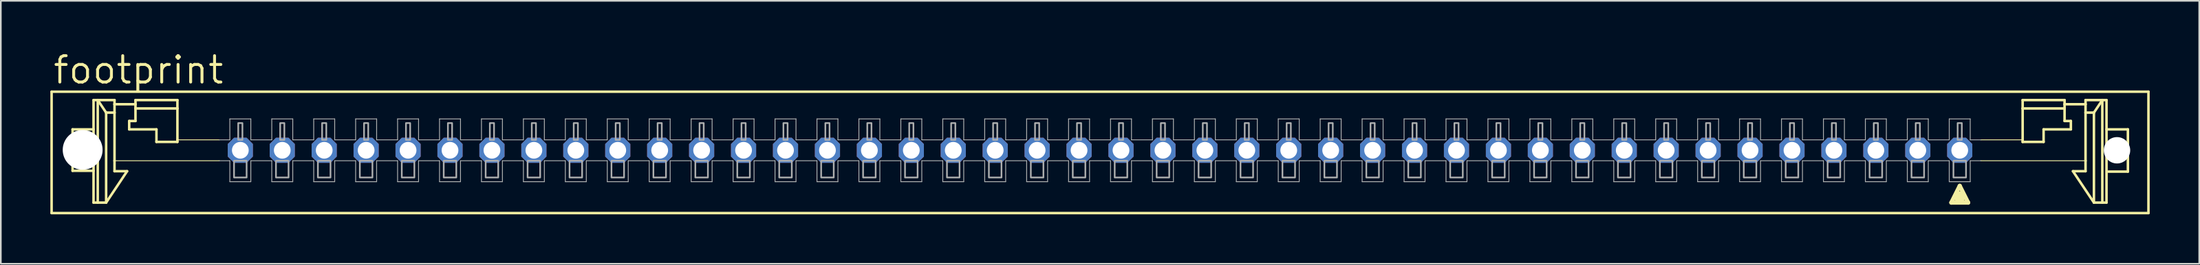
<source format=kicad_pcb>
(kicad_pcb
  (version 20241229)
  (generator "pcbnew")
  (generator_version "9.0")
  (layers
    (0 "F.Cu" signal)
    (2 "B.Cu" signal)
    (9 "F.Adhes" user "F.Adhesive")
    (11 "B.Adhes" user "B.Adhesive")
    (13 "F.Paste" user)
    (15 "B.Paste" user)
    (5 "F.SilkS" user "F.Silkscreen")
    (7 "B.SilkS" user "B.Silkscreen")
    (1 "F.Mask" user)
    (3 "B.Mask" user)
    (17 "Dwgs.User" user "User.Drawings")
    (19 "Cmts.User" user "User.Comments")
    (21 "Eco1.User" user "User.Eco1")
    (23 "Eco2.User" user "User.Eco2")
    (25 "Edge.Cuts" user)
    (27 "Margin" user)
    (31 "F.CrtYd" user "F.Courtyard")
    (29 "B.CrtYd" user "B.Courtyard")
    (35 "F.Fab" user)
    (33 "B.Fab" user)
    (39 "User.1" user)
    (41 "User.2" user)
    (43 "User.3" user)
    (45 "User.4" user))
  (footprint "footprint"
    (layer "F.Cu")
    (at 63.576 6.071)
    (property "Reference" "footprint" (at -63.5 -3.937 0) (layer "F.SilkS") (effects (font (size 1.6 1.6) (thickness 0.178)) (justify left bottom)))
    (fp_line (start -63.5 -3.556) (end -63.5 3.81) (stroke (width 0.152) (type solid)) (layer "F.SilkS"))
    (fp_line (start -63.5 3.81) (end 63.5 3.81) (stroke (width 0.152) (type solid)) (layer "F.SilkS"))
    (fp_line (start -62.23 -1.27) (end -62.23 1.245) (stroke (width 0.152) (type solid)) (layer "F.SilkS"))
    (fp_line (start -62.23 1.245) (end -60.96 1.245) (stroke (width 0.152) (type solid)) (layer "F.SilkS"))
    (fp_line (start -60.96 -3.048) (end -60.96 3.175) (stroke (width 0.152) (type solid)) (layer "F.SilkS"))
    (fp_line (start -60.96 -3.048) (end -60.706 -3.048) (stroke (width 0.152) (type solid)) (layer "F.SilkS"))
    (fp_line (start -60.96 -1.27) (end -62.23 -1.27) (stroke (width 0.152) (type solid)) (layer "F.SilkS"))
    (fp_line (start -60.706 -3.048) (end -60.706 3.175) (stroke (width 0.152) (type solid)) (layer "F.SilkS"))
    (fp_line (start -60.706 -3.048) (end -60.198 -2.286) (stroke (width 0.152) (type solid)) (layer "F.SilkS"))
    (fp_line (start -60.706 -3.048) (end -59.69 -3.048) (stroke (width 0.152) (type solid)) (layer "F.SilkS"))
    (fp_line (start -60.706 3.175) (end -60.96 3.175) (stroke (width 0.152) (type solid)) (layer "F.SilkS"))
    (fp_line (start -60.198 3.175) (end -60.706 3.175) (stroke (width 0.152) (type solid)) (layer "F.SilkS"))
    (fp_line (start -60.198 3.175) (end -60.198 -2.286) (stroke (width 0.152) (type solid)) (layer "F.SilkS"))
    (fp_line (start -59.69 -3.048) (end -59.69 -2.794) (stroke (width 0.152) (type solid)) (layer "F.SilkS"))
    (fp_line (start -59.69 -2.794) (end -59.69 -2.286) (stroke (width 0.152) (type solid)) (layer "F.SilkS"))
    (fp_line (start -59.69 -2.794) (end -58.42 -2.794) (stroke (width 0.152) (type solid)) (layer "F.SilkS"))
    (fp_line (start -59.69 -2.286) (end -60.198 -2.286) (stroke (width 0.152) (type solid)) (layer "F.SilkS"))
    (fp_line (start -59.69 0.635) (end -59.69 -2.286) (stroke (width 0.152) (type solid)) (layer "F.SilkS"))
    (fp_line (start -59.69 1.27) (end -59.69 0.635) (stroke (width 0.152) (type solid)) (layer "F.SilkS"))
    (fp_line (start -59.69 1.27) (end -58.928 1.27) (stroke (width 0.152) (type solid)) (layer "F.SilkS"))
    (fp_line (start -58.928 1.27) (end -60.198 3.175) (stroke (width 0.152) (type solid)) (layer "F.SilkS"))
    (fp_line (start -58.801 -1.778) (end -58.42 -1.778) (stroke (width 0.152) (type solid)) (layer "F.SilkS"))
    (fp_line (start -58.801 -1.27) (end -58.801 -1.778) (stroke (width 0.152) (type solid)) (layer "F.SilkS"))
    (fp_line (start -58.42 -3.048) (end -55.88 -3.048) (stroke (width 0.152) (type solid)) (layer "F.SilkS"))
    (fp_line (start -58.42 -2.794) (end -58.42 -3.048) (stroke (width 0.152) (type solid)) (layer "F.SilkS"))
    (fp_line (start -58.42 -2.54) (end -58.42 -2.794) (stroke (width 0.152) (type solid)) (layer "F.SilkS"))
    (fp_line (start -58.42 -2.54) (end -55.88 -2.54) (stroke (width 0.152) (type solid)) (layer "F.SilkS"))
    (fp_line (start -58.42 -1.778) (end -58.42 -2.54) (stroke (width 0.152) (type solid)) (layer "F.SilkS"))
    (fp_line (start -57.15 -1.27) (end -58.801 -1.27) (stroke (width 0.152) (type solid)) (layer "F.SilkS"))
    (fp_line (start -57.15 -0.508) (end -57.15 -1.27) (stroke (width 0.152) (type solid)) (layer "F.SilkS"))
    (fp_line (start -55.88 -3.048) (end -55.88 -2.54) (stroke (width 0.152) (type solid)) (layer "F.SilkS"))
    (fp_line (start -55.88 -2.54) (end -55.88 -0.635) (stroke (width 0.152) (type solid)) (layer "F.SilkS"))
    (fp_line (start -55.88 -0.635) (end -55.88 -0.508) (stroke (width 0.152) (type solid)) (layer "F.SilkS"))
    (fp_line (start -55.88 -0.635) (end -53.34 -0.635) (stroke (width 0.051) (type solid)) (layer "F.SilkS"))
    (fp_line (start -55.88 -0.508) (end -57.15 -0.508) (stroke (width 0.152) (type solid)) (layer "F.SilkS"))
    (fp_line (start -53.34 0.635) (end -59.69 0.635) (stroke (width 0.051) (type solid)) (layer "F.SilkS"))
    (fp_line (start 51.562 3.175) (end 52.578 3.175) (stroke (width 0.254) (type solid)) (layer "F.SilkS"))
    (fp_line (start 52.07 2.159) (end 51.562 3.175) (stroke (width 0.254) (type solid)) (layer "F.SilkS"))
    (fp_line (start 52.07 2.794) (end 52.07 2.921) (stroke (width 0.61) (type solid)) (layer "F.SilkS"))
    (fp_line (start 52.578 3.175) (end 52.07 2.159) (stroke (width 0.254) (type solid)) (layer "F.SilkS"))
    (fp_line (start 53.34 0.635) (end 59.69 0.635) (stroke (width 0.051) (type solid)) (layer "F.SilkS"))
    (fp_line (start 55.88 -3.048) (end 55.88 -2.54) (stroke (width 0.152) (type solid)) (layer "F.SilkS"))
    (fp_line (start 55.88 -2.54) (end 55.88 -0.635) (stroke (width 0.152) (type solid)) (layer "F.SilkS"))
    (fp_line (start 55.88 -0.635) (end 53.34 -0.635) (stroke (width 0.051) (type solid)) (layer "F.SilkS"))
    (fp_line (start 55.88 -0.635) (end 55.88 -0.508) (stroke (width 0.152) (type solid)) (layer "F.SilkS"))
    (fp_line (start 55.88 -0.508) (end 57.15 -0.508) (stroke (width 0.152) (type solid)) (layer "F.SilkS"))
    (fp_line (start 57.15 -1.27) (end 58.801 -1.27) (stroke (width 0.152) (type solid)) (layer "F.SilkS"))
    (fp_line (start 57.15 -0.508) (end 57.15 -1.27) (stroke (width 0.152) (type solid)) (layer "F.SilkS"))
    (fp_line (start 58.42 -3.048) (end 55.88 -3.048) (stroke (width 0.152) (type solid)) (layer "F.SilkS"))
    (fp_line (start 58.42 -2.794) (end 58.42 -3.048) (stroke (width 0.152) (type solid)) (layer "F.SilkS"))
    (fp_line (start 58.42 -2.54) (end 55.88 -2.54) (stroke (width 0.152) (type solid)) (layer "F.SilkS"))
    (fp_line (start 58.42 -2.54) (end 58.42 -2.794) (stroke (width 0.152) (type solid)) (layer "F.SilkS"))
    (fp_line (start 58.42 -1.778) (end 58.42 -2.54) (stroke (width 0.152) (type solid)) (layer "F.SilkS"))
    (fp_line (start 58.801 -1.778) (end 58.42 -1.778) (stroke (width 0.152) (type solid)) (layer "F.SilkS"))
    (fp_line (start 58.801 -1.27) (end 58.801 -1.778) (stroke (width 0.152) (type solid)) (layer "F.SilkS"))
    (fp_line (start 58.928 1.27) (end 60.198 3.175) (stroke (width 0.152) (type solid)) (layer "F.SilkS"))
    (fp_line (start 59.69 -3.048) (end 59.69 -2.794) (stroke (width 0.152) (type solid)) (layer "F.SilkS"))
    (fp_line (start 59.69 -2.794) (end 58.42 -2.794) (stroke (width 0.152) (type solid)) (layer "F.SilkS"))
    (fp_line (start 59.69 -2.794) (end 59.69 -2.286) (stroke (width 0.152) (type solid)) (layer "F.SilkS"))
    (fp_line (start 59.69 -2.286) (end 59.69 0.635) (stroke (width 0.152) (type solid)) (layer "F.SilkS"))
    (fp_line (start 59.69 -2.286) (end 60.198 -2.286) (stroke (width 0.152) (type solid)) (layer "F.SilkS"))
    (fp_line (start 59.69 0.635) (end 59.69 1.27) (stroke (width 0.152) (type solid)) (layer "F.SilkS"))
    (fp_line (start 59.69 1.27) (end 58.928 1.27) (stroke (width 0.152) (type solid)) (layer "F.SilkS"))
    (fp_line (start 60.198 3.175) (end 60.198 -2.286) (stroke (width 0.152) (type solid)) (layer "F.SilkS"))
    (fp_line (start 60.198 3.175) (end 60.706 3.175) (stroke (width 0.152) (type solid)) (layer "F.SilkS"))
    (fp_line (start 60.706 -3.048) (end 59.69 -3.048) (stroke (width 0.152) (type solid)) (layer "F.SilkS"))
    (fp_line (start 60.706 -3.048) (end 60.198 -2.286) (stroke (width 0.152) (type solid)) (layer "F.SilkS"))
    (fp_line (start 60.706 -3.048) (end 60.706 3.175) (stroke (width 0.152) (type solid)) (layer "F.SilkS"))
    (fp_line (start 60.706 3.175) (end 60.96 3.175) (stroke (width 0.152) (type solid)) (layer "F.SilkS"))
    (fp_line (start 60.96 -3.048) (end 60.706 -3.048) (stroke (width 0.152) (type solid)) (layer "F.SilkS"))
    (fp_line (start 60.96 -3.048) (end 60.96 3.175) (stroke (width 0.152) (type solid)) (layer "F.SilkS"))
    (fp_line (start 60.96 -1.27) (end 62.255 -1.27) (stroke (width 0.152) (type solid)) (layer "F.SilkS"))
    (fp_line (start 62.255 -1.27) (end 62.255 1.295) (stroke (width 0.152) (type solid)) (layer "F.SilkS"))
    (fp_line (start 62.255 1.295) (end 61.062 1.295) (stroke (width 0.152) (type solid)) (layer "F.SilkS"))
    (fp_line (start 63.5 -3.556) (end -63.5 -3.556) (stroke (width 0.152) (type solid)) (layer "F.SilkS"))
    (fp_line (start 63.5 3.81) (end 63.5 -3.556) (stroke (width 0.152) (type solid)) (layer "F.SilkS"))
    (fp_line (start -53.34 -0.635) (end -52.705 -0.635) (stroke (width 0.051) (type solid)) (layer "F.Fab"))
    (fp_line (start -53.34 0.635) (end -52.705 0.635) (stroke (width 0.051) (type solid)) (layer "F.Fab"))
    (fp_line (start -52.705 -1.905) (end -52.705 -0.635) (stroke (width 0.051) (type solid)) (layer "F.Fab"))
    (fp_line (start -52.705 -1.905) (end -51.435 -1.905) (stroke (width 0.051) (type solid)) (layer "F.Fab"))
    (fp_line (start -52.705 0.635) (end -52.705 1.905) (stroke (width 0.051) (type solid)) (layer "F.Fab"))
    (fp_line (start -51.435 -1.905) (end -51.435 -0.635) (stroke (width 0.051) (type solid)) (layer "F.Fab"))
    (fp_line (start -51.435 1.905) (end -52.705 1.905) (stroke (width 0.051) (type solid)) (layer "F.Fab"))
    (fp_line (start -51.435 1.905) (end -51.435 0.635) (stroke (width 0.051) (type solid)) (layer "F.Fab"))
    (fp_line (start -50.165 -0.635) (end -51.435 -0.635) (stroke (width 0.051) (type solid)) (layer "F.Fab"))
    (fp_line (start -50.165 -0.635) (end -50.165 -1.905) (stroke (width 0.051) (type solid)) (layer "F.Fab"))
    (fp_line (start -50.165 0.635) (end -51.435 0.635) (stroke (width 0.051) (type solid)) (layer "F.Fab"))
    (fp_line (start -50.165 0.635) (end -50.165 1.905) (stroke (width 0.051) (type solid)) (layer "F.Fab"))
    (fp_line (start -48.895 -1.905) (end -50.165 -1.905) (stroke (width 0.051) (type solid)) (layer "F.Fab"))
    (fp_line (start -48.895 -1.905) (end -48.895 -0.635) (stroke (width 0.051) (type solid)) (layer "F.Fab"))
    (fp_line (start -48.895 1.905) (end -50.165 1.905) (stroke (width 0.051) (type solid)) (layer "F.Fab"))
    (fp_line (start -48.895 1.905) (end -48.895 0.635) (stroke (width 0.051) (type solid)) (layer "F.Fab"))
    (fp_line (start -47.625 -0.635) (end -48.895 -0.635) (stroke (width 0.051) (type solid)) (layer "F.Fab"))
    (fp_line (start -47.625 -0.635) (end -47.625 -1.905) (stroke (width 0.051) (type solid)) (layer "F.Fab"))
    (fp_line (start -47.625 0.635) (end -48.895 0.635) (stroke (width 0.051) (type solid)) (layer "F.Fab"))
    (fp_line (start -47.625 0.635) (end -47.625 1.905) (stroke (width 0.051) (type solid)) (layer "F.Fab"))
    (fp_line (start -46.355 -1.905) (end -47.625 -1.905) (stroke (width 0.051) (type solid)) (layer "F.Fab"))
    (fp_line (start -46.355 -1.905) (end -46.355 -0.635) (stroke (width 0.051) (type solid)) (layer "F.Fab"))
    (fp_line (start -46.355 1.905) (end -47.625 1.905) (stroke (width 0.051) (type solid)) (layer "F.Fab"))
    (fp_line (start -46.355 1.905) (end -46.355 0.635) (stroke (width 0.051) (type solid)) (layer "F.Fab"))
    (fp_line (start -45.085 -0.635) (end -46.355 -0.635) (stroke (width 0.051) (type solid)) (layer "F.Fab"))
    (fp_line (start -45.085 -0.635) (end -45.085 -1.905) (stroke (width 0.051) (type solid)) (layer "F.Fab"))
    (fp_line (start -45.085 0.635) (end -46.355 0.635) (stroke (width 0.051) (type solid)) (layer "F.Fab"))
    (fp_line (start -45.085 0.635) (end -45.085 1.905) (stroke (width 0.051) (type solid)) (layer "F.Fab"))
    (fp_line (start -43.815 -1.905) (end -45.085 -1.905) (stroke (width 0.051) (type solid)) (layer "F.Fab"))
    (fp_line (start -43.815 -1.905) (end -43.815 -0.635) (stroke (width 0.051) (type solid)) (layer "F.Fab"))
    (fp_line (start -43.815 1.905) (end -45.085 1.905) (stroke (width 0.051) (type solid)) (layer "F.Fab"))
    (fp_line (start -43.815 1.905) (end -43.815 0.635) (stroke (width 0.051) (type solid)) (layer "F.Fab"))
    (fp_line (start -42.545 -0.635) (end -43.815 -0.635) (stroke (width 0.051) (type solid)) (layer "F.Fab"))
    (fp_line (start -42.545 -0.635) (end -42.545 -1.905) (stroke (width 0.051) (type solid)) (layer "F.Fab"))
    (fp_line (start -42.545 0.635) (end -43.815 0.635) (stroke (width 0.051) (type solid)) (layer "F.Fab"))
    (fp_line (start -42.545 0.635) (end -42.545 1.905) (stroke (width 0.051) (type solid)) (layer "F.Fab"))
    (fp_line (start -41.275 -1.905) (end -42.545 -1.905) (stroke (width 0.051) (type solid)) (layer "F.Fab"))
    (fp_line (start -41.275 -1.905) (end -41.275 -0.635) (stroke (width 0.051) (type solid)) (layer "F.Fab"))
    (fp_line (start -41.275 1.905) (end -42.545 1.905) (stroke (width 0.051) (type solid)) (layer "F.Fab"))
    (fp_line (start -41.275 1.905) (end -41.275 0.635) (stroke (width 0.051) (type solid)) (layer "F.Fab"))
    (fp_line (start -40.005 -0.635) (end -41.275 -0.635) (stroke (width 0.051) (type solid)) (layer "F.Fab"))
    (fp_line (start -40.005 -0.635) (end -40.005 -1.905) (stroke (width 0.051) (type solid)) (layer "F.Fab"))
    (fp_line (start -40.005 0.635) (end -41.275 0.635) (stroke (width 0.051) (type solid)) (layer "F.Fab"))
    (fp_line (start -40.005 0.635) (end -40.005 1.905) (stroke (width 0.051) (type solid)) (layer "F.Fab"))
    (fp_line (start -38.735 -1.905) (end -40.005 -1.905) (stroke (width 0.051) (type solid)) (layer "F.Fab"))
    (fp_line (start -38.735 -1.905) (end -38.735 -0.635) (stroke (width 0.051) (type solid)) (layer "F.Fab"))
    (fp_line (start -38.735 1.905) (end -40.005 1.905) (stroke (width 0.051) (type solid)) (layer "F.Fab"))
    (fp_line (start -38.735 1.905) (end -38.735 0.635) (stroke (width 0.051) (type solid)) (layer "F.Fab"))
    (fp_line (start -37.465 -0.635) (end -38.735 -0.635) (stroke (width 0.051) (type solid)) (layer "F.Fab"))
    (fp_line (start -37.465 -0.635) (end -37.465 -1.905) (stroke (width 0.051) (type solid)) (layer "F.Fab"))
    (fp_line (start -37.465 0.635) (end -38.735 0.635) (stroke (width 0.051) (type solid)) (layer "F.Fab"))
    (fp_line (start -37.465 0.635) (end -37.465 1.905) (stroke (width 0.051) (type solid)) (layer "F.Fab"))
    (fp_line (start -36.195 -1.905) (end -37.465 -1.905) (stroke (width 0.051) (type solid)) (layer "F.Fab"))
    (fp_line (start -36.195 -1.905) (end -36.195 -0.635) (stroke (width 0.051) (type solid)) (layer "F.Fab"))
    (fp_line (start -36.195 1.905) (end -37.465 1.905) (stroke (width 0.051) (type solid)) (layer "F.Fab"))
    (fp_line (start -36.195 1.905) (end -36.195 0.635) (stroke (width 0.051) (type solid)) (layer "F.Fab"))
    (fp_line (start -34.925 -0.635) (end -36.195 -0.635) (stroke (width 0.051) (type solid)) (layer "F.Fab"))
    (fp_line (start -34.925 -0.635) (end -34.925 -1.905) (stroke (width 0.051) (type solid)) (layer "F.Fab"))
    (fp_line (start -34.925 0.635) (end -36.195 0.635) (stroke (width 0.051) (type solid)) (layer "F.Fab"))
    (fp_line (start -34.925 0.635) (end -34.925 1.905) (stroke (width 0.051) (type solid)) (layer "F.Fab"))
    (fp_line (start -33.655 -1.905) (end -34.925 -1.905) (stroke (width 0.051) (type solid)) (layer "F.Fab"))
    (fp_line (start -33.655 -1.905) (end -33.655 -0.635) (stroke (width 0.051) (type solid)) (layer "F.Fab"))
    (fp_line (start -33.655 1.905) (end -34.925 1.905) (stroke (width 0.051) (type solid)) (layer "F.Fab"))
    (fp_line (start -33.655 1.905) (end -33.655 0.635) (stroke (width 0.051) (type solid)) (layer "F.Fab"))
    (fp_line (start -32.385 -0.635) (end -33.655 -0.635) (stroke (width 0.051) (type solid)) (layer "F.Fab"))
    (fp_line (start -32.385 -0.635) (end -32.385 -1.905) (stroke (width 0.051) (type solid)) (layer "F.Fab"))
    (fp_line (start -32.385 0.635) (end -33.655 0.635) (stroke (width 0.051) (type solid)) (layer "F.Fab"))
    (fp_line (start -32.385 0.635) (end -32.385 1.905) (stroke (width 0.051) (type solid)) (layer "F.Fab"))
    (fp_line (start -31.115 -1.905) (end -32.385 -1.905) (stroke (width 0.051) (type solid)) (layer "F.Fab"))
    (fp_line (start -31.115 -1.905) (end -31.115 -0.635) (stroke (width 0.051) (type solid)) (layer "F.Fab"))
    (fp_line (start -31.115 1.905) (end -32.385 1.905) (stroke (width 0.051) (type solid)) (layer "F.Fab"))
    (fp_line (start -31.115 1.905) (end -31.115 0.635) (stroke (width 0.051) (type solid)) (layer "F.Fab"))
    (fp_line (start -29.845 -0.635) (end -31.115 -0.635) (stroke (width 0.051) (type solid)) (layer "F.Fab"))
    (fp_line (start -29.845 -0.635) (end -29.845 -1.905) (stroke (width 0.051) (type solid)) (layer "F.Fab"))
    (fp_line (start -29.845 0.635) (end -31.115 0.635) (stroke (width 0.051) (type solid)) (layer "F.Fab"))
    (fp_line (start -29.845 0.635) (end -29.845 1.905) (stroke (width 0.051) (type solid)) (layer "F.Fab"))
    (fp_line (start -28.575 -1.905) (end -29.845 -1.905) (stroke (width 0.051) (type solid)) (layer "F.Fab"))
    (fp_line (start -28.575 -1.905) (end -28.575 -0.635) (stroke (width 0.051) (type solid)) (layer "F.Fab"))
    (fp_line (start -28.575 1.905) (end -29.845 1.905) (stroke (width 0.051) (type solid)) (layer "F.Fab"))
    (fp_line (start -28.575 1.905) (end -28.575 0.635) (stroke (width 0.051) (type solid)) (layer "F.Fab"))
    (fp_line (start -27.305 -0.635) (end -28.575 -0.635) (stroke (width 0.051) (type solid)) (layer "F.Fab"))
    (fp_line (start -27.305 -0.635) (end -27.305 -1.905) (stroke (width 0.051) (type solid)) (layer "F.Fab"))
    (fp_line (start -27.305 0.635) (end -28.575 0.635) (stroke (width 0.051) (type solid)) (layer "F.Fab"))
    (fp_line (start -27.305 0.635) (end -27.305 1.905) (stroke (width 0.051) (type solid)) (layer "F.Fab"))
    (fp_line (start -26.035 -1.905) (end -27.305 -1.905) (stroke (width 0.051) (type solid)) (layer "F.Fab"))
    (fp_line (start -26.035 -1.905) (end -26.035 -0.635) (stroke (width 0.051) (type solid)) (layer "F.Fab"))
    (fp_line (start -26.035 1.905) (end -27.305 1.905) (stroke (width 0.051) (type solid)) (layer "F.Fab"))
    (fp_line (start -26.035 1.905) (end -26.035 0.635) (stroke (width 0.051) (type solid)) (layer "F.Fab"))
    (fp_line (start -24.765 -0.635) (end -26.035 -0.635) (stroke (width 0.051) (type solid)) (layer "F.Fab"))
    (fp_line (start -24.765 -0.635) (end -24.765 -1.905) (stroke (width 0.051) (type solid)) (layer "F.Fab"))
    (fp_line (start -24.765 0.635) (end -26.035 0.635) (stroke (width 0.051) (type solid)) (layer "F.Fab"))
    (fp_line (start -24.765 0.635) (end -24.765 1.905) (stroke (width 0.051) (type solid)) (layer "F.Fab"))
    (fp_line (start -23.495 -1.905) (end -24.765 -1.905) (stroke (width 0.051) (type solid)) (layer "F.Fab"))
    (fp_line (start -23.495 -1.905) (end -23.495 -0.635) (stroke (width 0.051) (type solid)) (layer "F.Fab"))
    (fp_line (start -23.495 1.905) (end -24.765 1.905) (stroke (width 0.051) (type solid)) (layer "F.Fab"))
    (fp_line (start -23.495 1.905) (end -23.495 0.635) (stroke (width 0.051) (type solid)) (layer "F.Fab"))
    (fp_line (start -22.225 -0.635) (end -23.495 -0.635) (stroke (width 0.051) (type solid)) (layer "F.Fab"))
    (fp_line (start -22.225 -0.635) (end -22.225 -1.905) (stroke (width 0.051) (type solid)) (layer "F.Fab"))
    (fp_line (start -22.225 0.635) (end -23.495 0.635) (stroke (width 0.051) (type solid)) (layer "F.Fab"))
    (fp_line (start -22.225 0.635) (end -22.225 1.905) (stroke (width 0.051) (type solid)) (layer "F.Fab"))
    (fp_line (start -20.955 -1.905) (end -22.225 -1.905) (stroke (width 0.051) (type solid)) (layer "F.Fab"))
    (fp_line (start -20.955 -1.905) (end -20.955 -0.635) (stroke (width 0.051) (type solid)) (layer "F.Fab"))
    (fp_line (start -20.955 1.905) (end -22.225 1.905) (stroke (width 0.051) (type solid)) (layer "F.Fab"))
    (fp_line (start -20.955 1.905) (end -20.955 0.635) (stroke (width 0.051) (type solid)) (layer "F.Fab"))
    (fp_line (start -19.685 -0.635) (end -20.955 -0.635) (stroke (width 0.051) (type solid)) (layer "F.Fab"))
    (fp_line (start -19.685 -0.635) (end -19.685 -1.905) (stroke (width 0.051) (type solid)) (layer "F.Fab"))
    (fp_line (start -19.685 0.635) (end -20.955 0.635) (stroke (width 0.051) (type solid)) (layer "F.Fab"))
    (fp_line (start -19.685 0.635) (end -19.685 1.905) (stroke (width 0.051) (type solid)) (layer "F.Fab"))
    (fp_line (start -18.415 -1.905) (end -19.685 -1.905) (stroke (width 0.051) (type solid)) (layer "F.Fab"))
    (fp_line (start -18.415 -1.905) (end -18.415 -0.635) (stroke (width 0.051) (type solid)) (layer "F.Fab"))
    (fp_line (start -18.415 1.905) (end -19.685 1.905) (stroke (width 0.051) (type solid)) (layer "F.Fab"))
    (fp_line (start -18.415 1.905) (end -18.415 0.635) (stroke (width 0.051) (type solid)) (layer "F.Fab"))
    (fp_line (start -17.145 -0.635) (end -18.415 -0.635) (stroke (width 0.051) (type solid)) (layer "F.Fab"))
    (fp_line (start -17.145 -0.635) (end -17.145 -1.905) (stroke (width 0.051) (type solid)) (layer "F.Fab"))
    (fp_line (start -17.145 0.635) (end -18.415 0.635) (stroke (width 0.051) (type solid)) (layer "F.Fab"))
    (fp_line (start -17.145 0.635) (end -17.145 1.905) (stroke (width 0.051) (type solid)) (layer "F.Fab"))
    (fp_line (start -15.875 -1.905) (end -17.145 -1.905) (stroke (width 0.051) (type solid)) (layer "F.Fab"))
    (fp_line (start -15.875 -1.905) (end -15.875 -0.635) (stroke (width 0.051) (type solid)) (layer "F.Fab"))
    (fp_line (start -15.875 1.905) (end -17.145 1.905) (stroke (width 0.051) (type solid)) (layer "F.Fab"))
    (fp_line (start -15.875 1.905) (end -15.875 0.635) (stroke (width 0.051) (type solid)) (layer "F.Fab"))
    (fp_line (start -14.605 -0.635) (end -15.875 -0.635) (stroke (width 0.051) (type solid)) (layer "F.Fab"))
    (fp_line (start -14.605 -0.635) (end -14.605 -1.905) (stroke (width 0.051) (type solid)) (layer "F.Fab"))
    (fp_line (start -14.605 0.635) (end -15.875 0.635) (stroke (width 0.051) (type solid)) (layer "F.Fab"))
    (fp_line (start -14.605 0.635) (end -14.605 1.905) (stroke (width 0.051) (type solid)) (layer "F.Fab"))
    (fp_line (start -13.335 -1.905) (end -14.605 -1.905) (stroke (width 0.051) (type solid)) (layer "F.Fab"))
    (fp_line (start -13.335 -1.905) (end -13.335 -0.635) (stroke (width 0.051) (type solid)) (layer "F.Fab"))
    (fp_line (start -13.335 1.905) (end -14.605 1.905) (stroke (width 0.051) (type solid)) (layer "F.Fab"))
    (fp_line (start -13.335 1.905) (end -13.335 0.635) (stroke (width 0.051) (type solid)) (layer "F.Fab"))
    (fp_line (start -12.065 -0.635) (end -13.335 -0.635) (stroke (width 0.051) (type solid)) (layer "F.Fab"))
    (fp_line (start -12.065 -0.635) (end -12.065 -1.905) (stroke (width 0.051) (type solid)) (layer "F.Fab"))
    (fp_line (start -12.065 0.635) (end -13.335 0.635) (stroke (width 0.051) (type solid)) (layer "F.Fab"))
    (fp_line (start -12.065 0.635) (end -12.065 1.905) (stroke (width 0.051) (type solid)) (layer "F.Fab"))
    (fp_line (start -10.795 -1.905) (end -12.065 -1.905) (stroke (width 0.051) (type solid)) (layer "F.Fab"))
    (fp_line (start -10.795 -1.905) (end -10.795 -0.635) (stroke (width 0.051) (type solid)) (layer "F.Fab"))
    (fp_line (start -10.795 1.905) (end -12.065 1.905) (stroke (width 0.051) (type solid)) (layer "F.Fab"))
    (fp_line (start -10.795 1.905) (end -10.795 0.635) (stroke (width 0.051) (type solid)) (layer "F.Fab"))
    (fp_line (start -9.525 -0.635) (end -10.795 -0.635) (stroke (width 0.051) (type solid)) (layer "F.Fab"))
    (fp_line (start -9.525 -0.635) (end -9.525 -1.905) (stroke (width 0.051) (type solid)) (layer "F.Fab"))
    (fp_line (start -9.525 0.635) (end -10.795 0.635) (stroke (width 0.051) (type solid)) (layer "F.Fab"))
    (fp_line (start -9.525 0.635) (end -9.525 1.905) (stroke (width 0.051) (type solid)) (layer "F.Fab"))
    (fp_line (start -8.255 -1.905) (end -9.525 -1.905) (stroke (width 0.051) (type solid)) (layer "F.Fab"))
    (fp_line (start -8.255 -1.905) (end -8.255 -0.635) (stroke (width 0.051) (type solid)) (layer "F.Fab"))
    (fp_line (start -8.255 1.905) (end -9.525 1.905) (stroke (width 0.051) (type solid)) (layer "F.Fab"))
    (fp_line (start -8.255 1.905) (end -8.255 0.635) (stroke (width 0.051) (type solid)) (layer "F.Fab"))
    (fp_line (start -6.985 -0.635) (end -8.255 -0.635) (stroke (width 0.051) (type solid)) (layer "F.Fab"))
    (fp_line (start -6.985 -0.635) (end -6.985 -1.905) (stroke (width 0.051) (type solid)) (layer "F.Fab"))
    (fp_line (start -6.985 0.635) (end -8.255 0.635) (stroke (width 0.051) (type solid)) (layer "F.Fab"))
    (fp_line (start -6.985 0.635) (end -6.985 1.905) (stroke (width 0.051) (type solid)) (layer "F.Fab"))
    (fp_line (start -5.715 -1.905) (end -6.985 -1.905) (stroke (width 0.051) (type solid)) (layer "F.Fab"))
    (fp_line (start -5.715 -1.905) (end -5.715 -0.635) (stroke (width 0.051) (type solid)) (layer "F.Fab"))
    (fp_line (start -5.715 1.905) (end -6.985 1.905) (stroke (width 0.051) (type solid)) (layer "F.Fab"))
    (fp_line (start -5.715 1.905) (end -5.715 0.635) (stroke (width 0.051) (type solid)) (layer "F.Fab"))
    (fp_line (start -4.445 -0.635) (end -5.715 -0.635) (stroke (width 0.051) (type solid)) (layer "F.Fab"))
    (fp_line (start -4.445 -0.635) (end -4.445 -1.905) (stroke (width 0.051) (type solid)) (layer "F.Fab"))
    (fp_line (start -4.445 0.635) (end -5.715 0.635) (stroke (width 0.051) (type solid)) (layer "F.Fab"))
    (fp_line (start -4.445 0.635) (end -4.445 1.905) (stroke (width 0.051) (type solid)) (layer "F.Fab"))
    (fp_line (start -3.175 -1.905) (end -4.445 -1.905) (stroke (width 0.051) (type solid)) (layer "F.Fab"))
    (fp_line (start -3.175 -1.905) (end -3.175 -0.635) (stroke (width 0.051) (type solid)) (layer "F.Fab"))
    (fp_line (start -3.175 1.905) (end -4.445 1.905) (stroke (width 0.051) (type solid)) (layer "F.Fab"))
    (fp_line (start -3.175 1.905) (end -3.175 0.635) (stroke (width 0.051) (type solid)) (layer "F.Fab"))
    (fp_line (start -1.905 -1.905) (end -0.635 -1.905) (stroke (width 0.051) (type solid)) (layer "F.Fab"))
    (fp_line (start -1.905 -0.635) (end -3.175 -0.635) (stroke (width 0.051) (type solid)) (layer "F.Fab"))
    (fp_line (start -1.905 -0.635) (end -1.905 -1.905) (stroke (width 0.051) (type solid)) (layer "F.Fab"))
    (fp_line (start -1.905 0.635) (end -3.175 0.635) (stroke (width 0.051) (type solid)) (layer "F.Fab"))
    (fp_line (start -1.905 1.905) (end -1.905 0.635) (stroke (width 0.051) (type solid)) (layer "F.Fab"))
    (fp_line (start -1.905 1.905) (end -0.635 1.905) (stroke (width 0.051) (type solid)) (layer "F.Fab"))
    (fp_line (start -0.635 -1.905) (end -0.635 -0.635) (stroke (width 0.051) (type solid)) (layer "F.Fab"))
    (fp_line (start -0.635 -0.635) (end 0.635 -0.635) (stroke (width 0.051) (type solid)) (layer "F.Fab"))
    (fp_line (start -0.635 0.635) (end 0.635 0.635) (stroke (width 0.051) (type solid)) (layer "F.Fab"))
    (fp_line (start -0.635 1.905) (end -0.635 0.635) (stroke (width 0.051) (type solid)) (layer "F.Fab"))
    (fp_line (start 0.635 -1.905) (end 1.905 -1.905) (stroke (width 0.051) (type solid)) (layer "F.Fab"))
    (fp_line (start 0.635 -0.635) (end 0.635 -1.905) (stroke (width 0.051) (type solid)) (layer "F.Fab"))
    (fp_line (start 0.635 0.635) (end 0.635 1.905) (stroke (width 0.051) (type solid)) (layer "F.Fab"))
    (fp_line (start 0.635 1.905) (end 1.905 1.905) (stroke (width 0.051) (type solid)) (layer "F.Fab"))
    (fp_line (start 1.905 -1.905) (end 1.905 -0.635) (stroke (width 0.051) (type solid)) (layer "F.Fab"))
    (fp_line (start 1.905 -0.635) (end 3.175 -0.635) (stroke (width 0.051) (type solid)) (layer "F.Fab"))
    (fp_line (start 1.905 0.635) (end 1.905 1.905) (stroke (width 0.051) (type solid)) (layer "F.Fab"))
    (fp_line (start 1.905 0.635) (end 3.175 0.635) (stroke (width 0.051) (type solid)) (layer "F.Fab"))
    (fp_line (start 3.175 -0.635) (end 3.175 -1.905) (stroke (width 0.051) (type solid)) (layer "F.Fab"))
    (fp_line (start 3.175 1.905) (end 3.175 0.635) (stroke (width 0.051) (type solid)) (layer "F.Fab"))
    (fp_line (start 3.175 1.905) (end 4.445 1.905) (stroke (width 0.051) (type solid)) (layer "F.Fab"))
    (fp_line (start 4.445 -1.905) (end 3.175 -1.905) (stroke (width 0.051) (type solid)) (layer "F.Fab"))
    (fp_line (start 4.445 -1.905) (end 4.445 -0.635) (stroke (width 0.051) (type solid)) (layer "F.Fab"))
    (fp_line (start 4.445 0.635) (end 5.715 0.635) (stroke (width 0.051) (type solid)) (layer "F.Fab"))
    (fp_line (start 4.445 1.905) (end 4.445 0.635) (stroke (width 0.051) (type solid)) (layer "F.Fab"))
    (fp_line (start 5.715 -0.635) (end 4.445 -0.635) (stroke (width 0.051) (type solid)) (layer "F.Fab"))
    (fp_line (start 5.715 -0.635) (end 5.715 -1.905) (stroke (width 0.051) (type solid)) (layer "F.Fab"))
    (fp_line (start 5.715 1.905) (end 5.715 0.635) (stroke (width 0.051) (type solid)) (layer "F.Fab"))
    (fp_line (start 5.715 1.905) (end 6.985 1.905) (stroke (width 0.051) (type solid)) (layer "F.Fab"))
    (fp_line (start 6.985 -1.905) (end 5.715 -1.905) (stroke (width 0.051) (type solid)) (layer "F.Fab"))
    (fp_line (start 6.985 -1.905) (end 6.985 -0.635) (stroke (width 0.051) (type solid)) (layer "F.Fab"))
    (fp_line (start 6.985 0.635) (end 8.255 0.635) (stroke (width 0.051) (type solid)) (layer "F.Fab"))
    (fp_line (start 6.985 1.905) (end 6.985 0.635) (stroke (width 0.051) (type solid)) (layer "F.Fab"))
    (fp_line (start 8.255 -0.635) (end 6.985 -0.635) (stroke (width 0.051) (type solid)) (layer "F.Fab"))
    (fp_line (start 8.255 -0.635) (end 8.255 -1.905) (stroke (width 0.051) (type solid)) (layer "F.Fab"))
    (fp_line (start 8.255 1.905) (end 8.255 0.635) (stroke (width 0.051) (type solid)) (layer "F.Fab"))
    (fp_line (start 8.255 1.905) (end 9.525 1.905) (stroke (width 0.051) (type solid)) (layer "F.Fab"))
    (fp_line (start 9.525 -1.905) (end 8.255 -1.905) (stroke (width 0.051) (type solid)) (layer "F.Fab"))
    (fp_line (start 9.525 -1.905) (end 9.525 -0.635) (stroke (width 0.051) (type solid)) (layer "F.Fab"))
    (fp_line (start 9.525 0.635) (end 10.795 0.635) (stroke (width 0.051) (type solid)) (layer "F.Fab"))
    (fp_line (start 9.525 1.905) (end 9.525 0.635) (stroke (width 0.051) (type solid)) (layer "F.Fab"))
    (fp_line (start 10.795 -0.635) (end 9.525 -0.635) (stroke (width 0.051) (type solid)) (layer "F.Fab"))
    (fp_line (start 10.795 -0.635) (end 10.795 -1.905) (stroke (width 0.051) (type solid)) (layer "F.Fab"))
    (fp_line (start 10.795 1.905) (end 10.795 0.635) (stroke (width 0.051) (type solid)) (layer "F.Fab"))
    (fp_line (start 10.795 1.905) (end 12.065 1.905) (stroke (width 0.051) (type solid)) (layer "F.Fab"))
    (fp_line (start 12.065 -1.905) (end 10.795 -1.905) (stroke (width 0.051) (type solid)) (layer "F.Fab"))
    (fp_line (start 12.065 -1.905) (end 12.065 -0.635) (stroke (width 0.051) (type solid)) (layer "F.Fab"))
    (fp_line (start 12.065 -0.635) (end 13.335 -0.635) (stroke (width 0.051) (type solid)) (layer "F.Fab"))
    (fp_line (start 12.065 0.635) (end 13.335 0.635) (stroke (width 0.051) (type solid)) (layer "F.Fab"))
    (fp_line (start 12.065 1.905) (end 12.065 0.635) (stroke (width 0.051) (type solid)) (layer "F.Fab"))
    (fp_line (start 13.335 -0.635) (end 13.335 -1.905) (stroke (width 0.051) (type solid)) (layer "F.Fab"))
    (fp_line (start 13.335 1.905) (end 13.335 0.635) (stroke (width 0.051) (type solid)) (layer "F.Fab"))
    (fp_line (start 13.335 1.905) (end 14.605 1.905) (stroke (width 0.051) (type solid)) (layer "F.Fab"))
    (fp_line (start 14.605 -1.905) (end 13.335 -1.905) (stroke (width 0.051) (type solid)) (layer "F.Fab"))
    (fp_line (start 14.605 -1.905) (end 14.605 -0.635) (stroke (width 0.051) (type solid)) (layer "F.Fab"))
    (fp_line (start 14.605 0.635) (end 14.605 1.905) (stroke (width 0.051) (type solid)) (layer "F.Fab"))
    (fp_line (start 14.605 0.635) (end 15.875 0.635) (stroke (width 0.051) (type solid)) (layer "F.Fab"))
    (fp_line (start 15.875 -0.635) (end 14.605 -0.635) (stroke (width 0.051) (type solid)) (layer "F.Fab"))
    (fp_line (start 15.875 -0.635) (end 15.875 -1.905) (stroke (width 0.051) (type solid)) (layer "F.Fab"))
    (fp_line (start 15.875 1.905) (end 15.875 0.635) (stroke (width 0.051) (type solid)) (layer "F.Fab"))
    (fp_line (start 15.875 1.905) (end 17.145 1.905) (stroke (width 0.051) (type solid)) (layer "F.Fab"))
    (fp_line (start 17.145 -1.905) (end 15.875 -1.905) (stroke (width 0.051) (type solid)) (layer "F.Fab"))
    (fp_line (start 17.145 -1.905) (end 17.145 -0.635) (stroke (width 0.051) (type solid)) (layer "F.Fab"))
    (fp_line (start 17.145 0.635) (end 17.145 1.905) (stroke (width 0.051) (type solid)) (layer "F.Fab"))
    (fp_line (start 17.145 0.635) (end 18.415 0.635) (stroke (width 0.051) (type solid)) (layer "F.Fab"))
    (fp_line (start 18.415 -0.635) (end 17.145 -0.635) (stroke (width 0.051) (type solid)) (layer "F.Fab"))
    (fp_line (start 18.415 -0.635) (end 18.415 -1.905) (stroke (width 0.051) (type solid)) (layer "F.Fab"))
    (fp_line (start 18.415 0.635) (end 18.415 1.905) (stroke (width 0.051) (type solid)) (layer "F.Fab"))
    (fp_line (start 18.415 1.905) (end 19.685 1.905) (stroke (width 0.051) (type solid)) (layer "F.Fab"))
    (fp_line (start 19.685 -1.905) (end 18.415 -1.905) (stroke (width 0.051) (type solid)) (layer "F.Fab"))
    (fp_line (start 19.685 -1.905) (end 19.685 -0.635) (stroke (width 0.051) (type solid)) (layer "F.Fab"))
    (fp_line (start 19.685 0.635) (end 19.685 1.905) (stroke (width 0.051) (type solid)) (layer "F.Fab"))
    (fp_line (start 19.685 0.635) (end 20.955 0.635) (stroke (width 0.051) (type solid)) (layer "F.Fab"))
    (fp_line (start 20.955 -0.635) (end 19.685 -0.635) (stroke (width 0.051) (type solid)) (layer "F.Fab"))
    (fp_line (start 20.955 -0.635) (end 20.955 -1.905) (stroke (width 0.051) (type solid)) (layer "F.Fab"))
    (fp_line (start 20.955 1.905) (end 20.955 0.635) (stroke (width 0.051) (type solid)) (layer "F.Fab"))
    (fp_line (start 20.955 1.905) (end 22.225 1.905) (stroke (width 0.051) (type solid)) (layer "F.Fab"))
    (fp_line (start 22.225 -1.905) (end 20.955 -1.905) (stroke (width 0.051) (type solid)) (layer "F.Fab"))
    (fp_line (start 22.225 -1.905) (end 22.225 -0.635) (stroke (width 0.051) (type solid)) (layer "F.Fab"))
    (fp_line (start 22.225 0.635) (end 22.225 1.905) (stroke (width 0.051) (type solid)) (layer "F.Fab"))
    (fp_line (start 22.225 0.635) (end 23.495 0.635) (stroke (width 0.051) (type solid)) (layer "F.Fab"))
    (fp_line (start 23.495 -0.635) (end 22.225 -0.635) (stroke (width 0.051) (type solid)) (layer "F.Fab"))
    (fp_line (start 23.495 -0.635) (end 23.495 -1.905) (stroke (width 0.051) (type solid)) (layer "F.Fab"))
    (fp_line (start 23.495 1.905) (end 23.495 0.635) (stroke (width 0.051) (type solid)) (layer "F.Fab"))
    (fp_line (start 23.495 1.905) (end 24.765 1.905) (stroke (width 0.051) (type solid)) (layer "F.Fab"))
    (fp_line (start 24.765 -1.905) (end 23.495 -1.905) (stroke (width 0.051) (type solid)) (layer "F.Fab"))
    (fp_line (start 24.765 -1.905) (end 24.765 -0.635) (stroke (width 0.051) (type solid)) (layer "F.Fab"))
    (fp_line (start 24.765 0.635) (end 24.765 1.905) (stroke (width 0.051) (type solid)) (layer "F.Fab"))
    (fp_line (start 24.765 0.635) (end 26.035 0.635) (stroke (width 0.051) (type solid)) (layer "F.Fab"))
    (fp_line (start 26.035 -0.635) (end 24.765 -0.635) (stroke (width 0.051) (type solid)) (layer "F.Fab"))
    (fp_line (start 26.035 -0.635) (end 26.035 -1.905) (stroke (width 0.051) (type solid)) (layer "F.Fab"))
    (fp_line (start 26.035 1.905) (end 26.035 0.635) (stroke (width 0.051) (type solid)) (layer "F.Fab"))
    (fp_line (start 26.035 1.905) (end 27.305 1.905) (stroke (width 0.051) (type solid)) (layer "F.Fab"))
    (fp_line (start 27.305 -1.905) (end 26.035 -1.905) (stroke (width 0.051) (type solid)) (layer "F.Fab"))
    (fp_line (start 27.305 -1.905) (end 27.305 -0.635) (stroke (width 0.051) (type solid)) (layer "F.Fab"))
    (fp_line (start 27.305 0.635) (end 28.575 0.635) (stroke (width 0.051) (type solid)) (layer "F.Fab"))
    (fp_line (start 27.305 1.905) (end 27.305 0.635) (stroke (width 0.051) (type solid)) (layer "F.Fab"))
    (fp_line (start 28.575 -0.635) (end 27.305 -0.635) (stroke (width 0.051) (type solid)) (layer "F.Fab"))
    (fp_line (start 28.575 -0.635) (end 28.575 -1.905) (stroke (width 0.051) (type solid)) (layer "F.Fab"))
    (fp_line (start 28.575 1.905) (end 28.575 0.635) (stroke (width 0.051) (type solid)) (layer "F.Fab"))
    (fp_line (start 28.575 1.905) (end 29.845 1.905) (stroke (width 0.051) (type solid)) (layer "F.Fab"))
    (fp_line (start 29.845 -1.905) (end 28.575 -1.905) (stroke (width 0.051) (type solid)) (layer "F.Fab"))
    (fp_line (start 29.845 -1.905) (end 29.845 -0.635) (stroke (width 0.051) (type solid)) (layer "F.Fab"))
    (fp_line (start 29.845 -0.635) (end 31.115 -0.635) (stroke (width 0.051) (type solid)) (layer "F.Fab"))
    (fp_line (start 29.845 0.635) (end 31.115 0.635) (stroke (width 0.051) (type solid)) (layer "F.Fab"))
    (fp_line (start 29.845 1.905) (end 29.845 0.635) (stroke (width 0.051) (type solid)) (layer "F.Fab"))
    (fp_line (start 31.115 -0.635) (end 31.115 -1.905) (stroke (width 0.051) (type solid)) (layer "F.Fab"))
    (fp_line (start 31.115 1.905) (end 31.115 0.635) (stroke (width 0.051) (type solid)) (layer "F.Fab"))
    (fp_line (start 31.115 1.905) (end 32.385 1.905) (stroke (width 0.051) (type solid)) (layer "F.Fab"))
    (fp_line (start 32.385 -1.905) (end 31.115 -1.905) (stroke (width 0.051) (type solid)) (layer "F.Fab"))
    (fp_line (start 32.385 -1.905) (end 32.385 -0.635) (stroke (width 0.051) (type solid)) (layer "F.Fab"))
    (fp_line (start 32.385 0.635) (end 32.385 1.905) (stroke (width 0.051) (type solid)) (layer "F.Fab"))
    (fp_line (start 32.385 0.635) (end 33.655 0.635) (stroke (width 0.051) (type solid)) (layer "F.Fab"))
    (fp_line (start 33.655 -0.635) (end 32.385 -0.635) (stroke (width 0.051) (type solid)) (layer "F.Fab"))
    (fp_line (start 33.655 -0.635) (end 33.655 -1.905) (stroke (width 0.051) (type solid)) (layer "F.Fab"))
    (fp_line (start 33.655 0.635) (end 33.655 1.905) (stroke (width 0.051) (type solid)) (layer "F.Fab"))
    (fp_line (start 33.655 1.905) (end 34.925 1.905) (stroke (width 0.051) (type solid)) (layer "F.Fab"))
    (fp_line (start 34.925 -1.905) (end 33.655 -1.905) (stroke (width 0.051) (type solid)) (layer "F.Fab"))
    (fp_line (start 34.925 -1.905) (end 34.925 -0.635) (stroke (width 0.051) (type solid)) (layer "F.Fab"))
    (fp_line (start 34.925 0.635) (end 34.925 1.905) (stroke (width 0.051) (type solid)) (layer "F.Fab"))
    (fp_line (start 34.925 0.635) (end 36.195 0.635) (stroke (width 0.051) (type solid)) (layer "F.Fab"))
    (fp_line (start 36.195 -0.635) (end 34.925 -0.635) (stroke (width 0.051) (type solid)) (layer "F.Fab"))
    (fp_line (start 36.195 -0.635) (end 36.195 -1.905) (stroke (width 0.051) (type solid)) (layer "F.Fab"))
    (fp_line (start 36.195 0.635) (end 36.195 1.905) (stroke (width 0.051) (type solid)) (layer "F.Fab"))
    (fp_line (start 36.195 1.905) (end 37.465 1.905) (stroke (width 0.051) (type solid)) (layer "F.Fab"))
    (fp_line (start 37.465 -1.905) (end 36.195 -1.905) (stroke (width 0.051) (type solid)) (layer "F.Fab"))
    (fp_line (start 37.465 -1.905) (end 37.465 -0.635) (stroke (width 0.051) (type solid)) (layer "F.Fab"))
    (fp_line (start 37.465 0.635) (end 37.465 1.905) (stroke (width 0.051) (type solid)) (layer "F.Fab"))
    (fp_line (start 37.465 0.635) (end 38.735 0.635) (stroke (width 0.051) (type solid)) (layer "F.Fab"))
    (fp_line (start 38.735 -0.635) (end 37.465 -0.635) (stroke (width 0.051) (type solid)) (layer "F.Fab"))
    (fp_line (start 38.735 -0.635) (end 38.735 -1.905) (stroke (width 0.051) (type solid)) (layer "F.Fab"))
    (fp_line (start 38.735 0.635) (end 38.735 1.905) (stroke (width 0.051) (type solid)) (layer "F.Fab"))
    (fp_line (start 38.735 1.905) (end 40.005 1.905) (stroke (width 0.051) (type solid)) (layer "F.Fab"))
    (fp_line (start 40.005 -1.905) (end 38.735 -1.905) (stroke (width 0.051) (type solid)) (layer "F.Fab"))
    (fp_line (start 40.005 -1.905) (end 40.005 -0.635) (stroke (width 0.051) (type solid)) (layer "F.Fab"))
    (fp_line (start 40.005 0.635) (end 41.275 0.635) (stroke (width 0.051) (type solid)) (layer "F.Fab"))
    (fp_line (start 40.005 1.905) (end 40.005 0.635) (stroke (width 0.051) (type solid)) (layer "F.Fab"))
    (fp_line (start 41.275 -0.635) (end 40.005 -0.635) (stroke (width 0.051) (type solid)) (layer "F.Fab"))
    (fp_line (start 41.275 -0.635) (end 41.275 -1.905) (stroke (width 0.051) (type solid)) (layer "F.Fab"))
    (fp_line (start 41.275 1.905) (end 41.275 0.635) (stroke (width 0.051) (type solid)) (layer "F.Fab"))
    (fp_line (start 41.275 1.905) (end 42.545 1.905) (stroke (width 0.051) (type solid)) (layer "F.Fab"))
    (fp_line (start 42.545 -1.905) (end 41.275 -1.905) (stroke (width 0.051) (type solid)) (layer "F.Fab"))
    (fp_line (start 42.545 -1.905) (end 42.545 -0.635) (stroke (width 0.051) (type solid)) (layer "F.Fab"))
    (fp_line (start 42.545 0.635) (end 43.815 0.635) (stroke (width 0.051) (type solid)) (layer "F.Fab"))
    (fp_line (start 42.545 1.905) (end 42.545 0.635) (stroke (width 0.051) (type solid)) (layer "F.Fab"))
    (fp_line (start 43.815 -0.635) (end 42.545 -0.635) (stroke (width 0.051) (type solid)) (layer "F.Fab"))
    (fp_line (start 43.815 -0.635) (end 43.815 -1.905) (stroke (width 0.051) (type solid)) (layer "F.Fab"))
    (fp_line (start 43.815 0.635) (end 43.815 1.905) (stroke (width 0.051) (type solid)) (layer "F.Fab"))
    (fp_line (start 43.815 1.905) (end 45.085 1.905) (stroke (width 0.051) (type solid)) (layer "F.Fab"))
    (fp_line (start 45.085 -1.905) (end 43.815 -1.905) (stroke (width 0.051) (type solid)) (layer "F.Fab"))
    (fp_line (start 45.085 -1.905) (end 45.085 -0.635) (stroke (width 0.051) (type solid)) (layer "F.Fab"))
    (fp_line (start 45.085 0.635) (end 46.355 0.635) (stroke (width 0.051) (type solid)) (layer "F.Fab"))
    (fp_line (start 45.085 1.905) (end 45.085 0.635) (stroke (width 0.051) (type solid)) (layer "F.Fab"))
    (fp_line (start 46.355 -0.635) (end 45.085 -0.635) (stroke (width 0.051) (type solid)) (layer "F.Fab"))
    (fp_line (start 46.355 -0.635) (end 46.355 -1.905) (stroke (width 0.051) (type solid)) (layer "F.Fab"))
    (fp_line (start 46.355 0.635) (end 46.355 1.905) (stroke (width 0.051) (type solid)) (layer "F.Fab"))
    (fp_line (start 46.355 1.905) (end 47.625 1.905) (stroke (width 0.051) (type solid)) (layer "F.Fab"))
    (fp_line (start 47.625 -1.905) (end 46.355 -1.905) (stroke (width 0.051) (type solid)) (layer "F.Fab"))
    (fp_line (start 47.625 -1.905) (end 47.625 -0.635) (stroke (width 0.051) (type solid)) (layer "F.Fab"))
    (fp_line (start 47.625 0.635) (end 47.625 1.905) (stroke (width 0.051) (type solid)) (layer "F.Fab"))
    (fp_line (start 47.625 0.635) (end 48.895 0.635) (stroke (width 0.051) (type solid)) (layer "F.Fab"))
    (fp_line (start 48.895 -0.635) (end 47.625 -0.635) (stroke (width 0.051) (type solid)) (layer "F.Fab"))
    (fp_line (start 48.895 -0.635) (end 48.895 -1.905) (stroke (width 0.051) (type solid)) (layer "F.Fab"))
    (fp_line (start 48.895 0.635) (end 48.895 1.905) (stroke (width 0.051) (type solid)) (layer "F.Fab"))
    (fp_line (start 48.895 1.905) (end 50.165 1.905) (stroke (width 0.051) (type solid)) (layer "F.Fab"))
    (fp_line (start 50.165 -1.905) (end 48.895 -1.905) (stroke (width 0.051) (type solid)) (layer "F.Fab"))
    (fp_line (start 50.165 -1.905) (end 50.165 -0.635) (stroke (width 0.051) (type solid)) (layer "F.Fab"))
    (fp_line (start 50.165 0.635) (end 50.165 1.905) (stroke (width 0.051) (type solid)) (layer "F.Fab"))
    (fp_line (start 50.165 0.635) (end 51.435 0.635) (stroke (width 0.051) (type solid)) (layer "F.Fab"))
    (fp_line (start 51.435 -0.635) (end 50.165 -0.635) (stroke (width 0.051) (type solid)) (layer "F.Fab"))
    (fp_line (start 51.435 -0.635) (end 51.435 -1.905) (stroke (width 0.051) (type solid)) (layer "F.Fab"))
    (fp_line (start 51.435 0.635) (end 51.435 1.905) (stroke (width 0.051) (type solid)) (layer "F.Fab"))
    (fp_line (start 51.435 1.905) (end 52.705 1.905) (stroke (width 0.051) (type solid)) (layer "F.Fab"))
    (fp_line (start 52.705 -1.905) (end 51.435 -1.905) (stroke (width 0.051) (type solid)) (layer "F.Fab"))
    (fp_line (start 52.705 -1.905) (end 52.705 -0.635) (stroke (width 0.051) (type solid)) (layer "F.Fab"))
    (fp_line (start 52.705 1.905) (end 52.705 0.635) (stroke (width 0.051) (type solid)) (layer "F.Fab"))
    (fp_line (start 53.34 -0.635) (end 52.705 -0.635) (stroke (width 0.051) (type solid)) (layer "F.Fab"))
    (fp_line (start 53.34 0.635) (end 52.705 0.635) (stroke (width 0.051) (type solid)) (layer "F.Fab"))
    (fp_poly (pts (xy -52.451 1.651) (xy -51.689 1.651) (xy -51.689 0.635) (xy -52.451 0.635)) (stroke (width 0.1) (type solid)) (fill no) (layer "F.Fab"))
    (fp_poly (pts (xy -52.197 -0.635) (xy -51.943 -0.635) (xy -51.943 -1.651) (xy -52.197 -1.651)) (stroke (width 0.1) (type solid)) (fill no) (layer "F.Fab"))
    (fp_poly (pts (xy -49.911 1.651) (xy -49.149 1.651) (xy -49.149 0.635) (xy -49.911 0.635)) (stroke (width 0.1) (type solid)) (fill no) (layer "F.Fab"))
    (fp_poly (pts (xy -49.657 -0.635) (xy -49.403 -0.635) (xy -49.403 -1.651) (xy -49.657 -1.651)) (stroke (width 0.1) (type solid)) (fill no) (layer "F.Fab"))
    (fp_poly (pts (xy -47.371 1.651) (xy -46.609 1.651) (xy -46.609 0.635) (xy -47.371 0.635)) (stroke (width 0.1) (type solid)) (fill no) (layer "F.Fab"))
    (fp_poly (pts (xy -47.117 -0.635) (xy -46.863 -0.635) (xy -46.863 -1.651) (xy -47.117 -1.651)) (stroke (width 0.1) (type solid)) (fill no) (layer "F.Fab"))
    (fp_poly (pts (xy -44.831 1.651) (xy -44.069 1.651) (xy -44.069 0.635) (xy -44.831 0.635)) (stroke (width 0.1) (type solid)) (fill no) (layer "F.Fab"))
    (fp_poly (pts (xy -44.577 -0.635) (xy -44.323 -0.635) (xy -44.323 -1.651) (xy -44.577 -1.651)) (stroke (width 0.1) (type solid)) (fill no) (layer "F.Fab"))
    (fp_poly (pts (xy -42.291 1.651) (xy -41.529 1.651) (xy -41.529 0.635) (xy -42.291 0.635)) (stroke (width 0.1) (type solid)) (fill no) (layer "F.Fab"))
    (fp_poly (pts (xy -42.037 -0.635) (xy -41.783 -0.635) (xy -41.783 -1.651) (xy -42.037 -1.651)) (stroke (width 0.1) (type solid)) (fill no) (layer "F.Fab"))
    (fp_poly (pts (xy -39.751 1.651) (xy -38.989 1.651) (xy -38.989 0.635) (xy -39.751 0.635)) (stroke (width 0.1) (type solid)) (fill no) (layer "F.Fab"))
    (fp_poly (pts (xy -39.497 -0.635) (xy -39.243 -0.635) (xy -39.243 -1.651) (xy -39.497 -1.651)) (stroke (width 0.1) (type solid)) (fill no) (layer "F.Fab"))
    (fp_poly (pts (xy -37.211 1.651) (xy -36.449 1.651) (xy -36.449 0.635) (xy -37.211 0.635)) (stroke (width 0.1) (type solid)) (fill no) (layer "F.Fab"))
    (fp_poly (pts (xy -36.957 -0.635) (xy -36.703 -0.635) (xy -36.703 -1.651) (xy -36.957 -1.651)) (stroke (width 0.1) (type solid)) (fill no) (layer "F.Fab"))
    (fp_poly (pts (xy -34.671 1.651) (xy -33.909 1.651) (xy -33.909 0.635) (xy -34.671 0.635)) (stroke (width 0.1) (type solid)) (fill no) (layer "F.Fab"))
    (fp_poly (pts (xy -34.417 -0.635) (xy -34.163 -0.635) (xy -34.163 -1.651) (xy -34.417 -1.651)) (stroke (width 0.1) (type solid)) (fill no) (layer "F.Fab"))
    (fp_poly (pts (xy -32.131 1.651) (xy -31.369 1.651) (xy -31.369 0.635) (xy -32.131 0.635)) (stroke (width 0.1) (type solid)) (fill no) (layer "F.Fab"))
    (fp_poly (pts (xy -31.877 -0.635) (xy -31.623 -0.635) (xy -31.623 -1.651) (xy -31.877 -1.651)) (stroke (width 0.1) (type solid)) (fill no) (layer "F.Fab"))
    (fp_poly (pts (xy -29.591 1.651) (xy -28.829 1.651) (xy -28.829 0.635) (xy -29.591 0.635)) (stroke (width 0.1) (type solid)) (fill no) (layer "F.Fab"))
    (fp_poly (pts (xy -29.337 -0.635) (xy -29.083 -0.635) (xy -29.083 -1.651) (xy -29.337 -1.651)) (stroke (width 0.1) (type solid)) (fill no) (layer "F.Fab"))
    (fp_poly (pts (xy -27.051 1.651) (xy -26.289 1.651) (xy -26.289 0.635) (xy -27.051 0.635)) (stroke (width 0.1) (type solid)) (fill no) (layer "F.Fab"))
    (fp_poly (pts (xy -26.797 -0.635) (xy -26.543 -0.635) (xy -26.543 -1.651) (xy -26.797 -1.651)) (stroke (width 0.1) (type solid)) (fill no) (layer "F.Fab"))
    (fp_poly (pts (xy -24.511 1.651) (xy -23.749 1.651) (xy -23.749 0.635) (xy -24.511 0.635)) (stroke (width 0.1) (type solid)) (fill no) (layer "F.Fab"))
    (fp_poly (pts (xy -24.257 -0.635) (xy -24.003 -0.635) (xy -24.003 -1.651) (xy -24.257 -1.651)) (stroke (width 0.1) (type solid)) (fill no) (layer "F.Fab"))
    (fp_poly (pts (xy -21.971 1.651) (xy -21.209 1.651) (xy -21.209 0.635) (xy -21.971 0.635)) (stroke (width 0.1) (type solid)) (fill no) (layer "F.Fab"))
    (fp_poly (pts (xy -21.717 -0.635) (xy -21.463 -0.635) (xy -21.463 -1.651) (xy -21.717 -1.651)) (stroke (width 0.1) (type solid)) (fill no) (layer "F.Fab"))
    (fp_poly (pts (xy -19.431 1.651) (xy -18.669 1.651) (xy -18.669 0.635) (xy -19.431 0.635)) (stroke (width 0.1) (type solid)) (fill no) (layer "F.Fab"))
    (fp_poly (pts (xy -19.177 -0.635) (xy -18.923 -0.635) (xy -18.923 -1.651) (xy -19.177 -1.651)) (stroke (width 0.1) (type solid)) (fill no) (layer "F.Fab"))
    (fp_poly (pts (xy -16.891 1.651) (xy -16.129 1.651) (xy -16.129 0.635) (xy -16.891 0.635)) (stroke (width 0.1) (type solid)) (fill no) (layer "F.Fab"))
    (fp_poly (pts (xy -16.637 -0.635) (xy -16.383 -0.635) (xy -16.383 -1.651) (xy -16.637 -1.651)) (stroke (width 0.1) (type solid)) (fill no) (layer "F.Fab"))
    (fp_poly (pts (xy -14.351 1.651) (xy -13.589 1.651) (xy -13.589 0.635) (xy -14.351 0.635)) (stroke (width 0.1) (type solid)) (fill no) (layer "F.Fab"))
    (fp_poly (pts (xy -14.097 -0.635) (xy -13.843 -0.635) (xy -13.843 -1.651) (xy -14.097 -1.651)) (stroke (width 0.1) (type solid)) (fill no) (layer "F.Fab"))
    (fp_poly (pts (xy -11.811 1.651) (xy -11.049 1.651) (xy -11.049 0.635) (xy -11.811 0.635)) (stroke (width 0.1) (type solid)) (fill no) (layer "F.Fab"))
    (fp_poly (pts (xy -11.557 -0.635) (xy -11.303 -0.635) (xy -11.303 -1.651) (xy -11.557 -1.651)) (stroke (width 0.1) (type solid)) (fill no) (layer "F.Fab"))
    (fp_poly (pts (xy -9.271 1.651) (xy -8.509 1.651) (xy -8.509 0.635) (xy -9.271 0.635)) (stroke (width 0.1) (type solid)) (fill no) (layer "F.Fab"))
    (fp_poly (pts (xy -9.017 -0.635) (xy -8.763 -0.635) (xy -8.763 -1.651) (xy -9.017 -1.651)) (stroke (width 0.1) (type solid)) (fill no) (layer "F.Fab"))
    (fp_poly (pts (xy -6.731 1.651) (xy -5.969 1.651) (xy -5.969 0.635) (xy -6.731 0.635)) (stroke (width 0.1) (type solid)) (fill no) (layer "F.Fab"))
    (fp_poly (pts (xy -6.477 -0.635) (xy -6.223 -0.635) (xy -6.223 -1.651) (xy -6.477 -1.651)) (stroke (width 0.1) (type solid)) (fill no) (layer "F.Fab"))
    (fp_poly (pts (xy -4.191 1.651) (xy -3.429 1.651) (xy -3.429 0.635) (xy -4.191 0.635)) (stroke (width 0.1) (type solid)) (fill no) (layer "F.Fab"))
    (fp_poly (pts (xy -3.937 -0.635) (xy -3.683 -0.635) (xy -3.683 -1.651) (xy -3.937 -1.651)) (stroke (width 0.1) (type solid)) (fill no) (layer "F.Fab"))
    (fp_poly (pts (xy -1.651 1.651) (xy -0.889 1.651) (xy -0.889 0.635) (xy -1.651 0.635)) (stroke (width 0.1) (type solid)) (fill no) (layer "F.Fab"))
    (fp_poly (pts (xy -1.397 -0.635) (xy -1.143 -0.635) (xy -1.143 -1.651) (xy -1.397 -1.651)) (stroke (width 0.1) (type solid)) (fill no) (layer "F.Fab"))
    (fp_poly (pts (xy 0.889 1.651) (xy 1.651 1.651) (xy 1.651 0.635) (xy 0.889 0.635)) (stroke (width 0.1) (type solid)) (fill no) (layer "F.Fab"))
    (fp_poly (pts (xy 1.143 -0.635) (xy 1.397 -0.635) (xy 1.397 -1.651) (xy 1.143 -1.651)) (stroke (width 0.1) (type solid)) (fill no) (layer "F.Fab"))
    (fp_poly (pts (xy 3.429 1.651) (xy 4.191 1.651) (xy 4.191 0.635) (xy 3.429 0.635)) (stroke (width 0.1) (type solid)) (fill no) (layer "F.Fab"))
    (fp_poly (pts (xy 3.683 -0.635) (xy 3.937 -0.635) (xy 3.937 -1.651) (xy 3.683 -1.651)) (stroke (width 0.1) (type solid)) (fill no) (layer "F.Fab"))
    (fp_poly (pts (xy 5.969 1.651) (xy 6.731 1.651) (xy 6.731 0.635) (xy 5.969 0.635)) (stroke (width 0.1) (type solid)) (fill no) (layer "F.Fab"))
    (fp_poly (pts (xy 6.223 -0.635) (xy 6.477 -0.635) (xy 6.477 -1.651) (xy 6.223 -1.651)) (stroke (width 0.1) (type solid)) (fill no) (layer "F.Fab"))
    (fp_poly (pts (xy 8.509 1.651) (xy 9.271 1.651) (xy 9.271 0.635) (xy 8.509 0.635)) (stroke (width 0.1) (type solid)) (fill no) (layer "F.Fab"))
    (fp_poly (pts (xy 8.763 -0.635) (xy 9.017 -0.635) (xy 9.017 -1.651) (xy 8.763 -1.651)) (stroke (width 0.1) (type solid)) (fill no) (layer "F.Fab"))
    (fp_poly (pts (xy 11.049 1.651) (xy 11.811 1.651) (xy 11.811 0.635) (xy 11.049 0.635)) (stroke (width 0.1) (type solid)) (fill no) (layer "F.Fab"))
    (fp_poly (pts (xy 11.303 -0.635) (xy 11.557 -0.635) (xy 11.557 -1.651) (xy 11.303 -1.651)) (stroke (width 0.1) (type solid)) (fill no) (layer "F.Fab"))
    (fp_poly (pts (xy 13.589 1.651) (xy 14.351 1.651) (xy 14.351 0.635) (xy 13.589 0.635)) (stroke (width 0.1) (type solid)) (fill no) (layer "F.Fab"))
    (fp_poly (pts (xy 13.843 -0.635) (xy 14.097 -0.635) (xy 14.097 -1.651) (xy 13.843 -1.651)) (stroke (width 0.1) (type solid)) (fill no) (layer "F.Fab"))
    (fp_poly (pts (xy 16.129 1.651) (xy 16.891 1.651) (xy 16.891 0.635) (xy 16.129 0.635)) (stroke (width 0.1) (type solid)) (fill no) (layer "F.Fab"))
    (fp_poly (pts (xy 16.383 -0.635) (xy 16.637 -0.635) (xy 16.637 -1.651) (xy 16.383 -1.651)) (stroke (width 0.1) (type solid)) (fill no) (layer "F.Fab"))
    (fp_poly (pts (xy 18.669 1.651) (xy 19.431 1.651) (xy 19.431 0.635) (xy 18.669 0.635)) (stroke (width 0.1) (type solid)) (fill no) (layer "F.Fab"))
    (fp_poly (pts (xy 18.923 -0.635) (xy 19.177 -0.635) (xy 19.177 -1.651) (xy 18.923 -1.651)) (stroke (width 0.1) (type solid)) (fill no) (layer "F.Fab"))
    (fp_poly (pts (xy 21.209 1.651) (xy 21.971 1.651) (xy 21.971 0.635) (xy 21.209 0.635)) (stroke (width 0.1) (type solid)) (fill no) (layer "F.Fab"))
    (fp_poly (pts (xy 21.463 -0.635) (xy 21.717 -0.635) (xy 21.717 -1.651) (xy 21.463 -1.651)) (stroke (width 0.1) (type solid)) (fill no) (layer "F.Fab"))
    (fp_poly (pts (xy 23.749 1.651) (xy 24.511 1.651) (xy 24.511 0.635) (xy 23.749 0.635)) (stroke (width 0.1) (type solid)) (fill no) (layer "F.Fab"))
    (fp_poly (pts (xy 24.003 -0.635) (xy 24.257 -0.635) (xy 24.257 -1.651) (xy 24.003 -1.651)) (stroke (width 0.1) (type solid)) (fill no) (layer "F.Fab"))
    (fp_poly (pts (xy 26.289 1.651) (xy 27.051 1.651) (xy 27.051 0.635) (xy 26.289 0.635)) (stroke (width 0.1) (type solid)) (fill no) (layer "F.Fab"))
    (fp_poly (pts (xy 26.543 -0.635) (xy 26.797 -0.635) (xy 26.797 -1.651) (xy 26.543 -1.651)) (stroke (width 0.1) (type solid)) (fill no) (layer "F.Fab"))
    (fp_poly (pts (xy 28.829 1.651) (xy 29.591 1.651) (xy 29.591 0.635) (xy 28.829 0.635)) (stroke (width 0.1) (type solid)) (fill no) (layer "F.Fab"))
    (fp_poly (pts (xy 29.083 -0.635) (xy 29.337 -0.635) (xy 29.337 -1.651) (xy 29.083 -1.651)) (stroke (width 0.1) (type solid)) (fill no) (layer "F.Fab"))
    (fp_poly (pts (xy 31.369 1.651) (xy 32.131 1.651) (xy 32.131 0.635) (xy 31.369 0.635)) (stroke (width 0.1) (type solid)) (fill no) (layer "F.Fab"))
    (fp_poly (pts (xy 31.623 -0.635) (xy 31.877 -0.635) (xy 31.877 -1.651) (xy 31.623 -1.651)) (stroke (width 0.1) (type solid)) (fill no) (layer "F.Fab"))
    (fp_poly (pts (xy 33.909 1.651) (xy 34.671 1.651) (xy 34.671 0.635) (xy 33.909 0.635)) (stroke (width 0.1) (type solid)) (fill no) (layer "F.Fab"))
    (fp_poly (pts (xy 34.163 -0.635) (xy 34.417 -0.635) (xy 34.417 -1.651) (xy 34.163 -1.651)) (stroke (width 0.1) (type solid)) (fill no) (layer "F.Fab"))
    (fp_poly (pts (xy 36.449 1.651) (xy 37.211 1.651) (xy 37.211 0.635) (xy 36.449 0.635)) (stroke (width 0.1) (type solid)) (fill no) (layer "F.Fab"))
    (fp_poly (pts (xy 36.703 -0.635) (xy 36.957 -0.635) (xy 36.957 -1.651) (xy 36.703 -1.651)) (stroke (width 0.1) (type solid)) (fill no) (layer "F.Fab"))
    (fp_poly (pts (xy 38.989 1.651) (xy 39.751 1.651) (xy 39.751 0.635) (xy 38.989 0.635)) (stroke (width 0.1) (type solid)) (fill no) (layer "F.Fab"))
    (fp_poly (pts (xy 39.243 -0.635) (xy 39.497 -0.635) (xy 39.497 -1.651) (xy 39.243 -1.651)) (stroke (width 0.1) (type solid)) (fill no) (layer "F.Fab"))
    (fp_poly (pts (xy 41.529 1.651) (xy 42.291 1.651) (xy 42.291 0.635) (xy 41.529 0.635)) (stroke (width 0.1) (type solid)) (fill no) (layer "F.Fab"))
    (fp_poly (pts (xy 41.783 -0.635) (xy 42.037 -0.635) (xy 42.037 -1.651) (xy 41.783 -1.651)) (stroke (width 0.1) (type solid)) (fill no) (layer "F.Fab"))
    (fp_poly (pts (xy 44.069 1.651) (xy 44.831 1.651) (xy 44.831 0.635) (xy 44.069 0.635)) (stroke (width 0.1) (type solid)) (fill no) (layer "F.Fab"))
    (fp_poly (pts (xy 44.323 -0.635) (xy 44.577 -0.635) (xy 44.577 -1.651) (xy 44.323 -1.651)) (stroke (width 0.1) (type solid)) (fill no) (layer "F.Fab"))
    (fp_poly (pts (xy 46.609 1.651) (xy 47.371 1.651) (xy 47.371 0.635) (xy 46.609 0.635)) (stroke (width 0.1) (type solid)) (fill no) (layer "F.Fab"))
    (fp_poly (pts (xy 46.863 -0.635) (xy 47.117 -0.635) (xy 47.117 -1.651) (xy 46.863 -1.651)) (stroke (width 0.1) (type solid)) (fill no) (layer "F.Fab"))
    (fp_poly (pts (xy 49.149 1.651) (xy 49.911 1.651) (xy 49.911 0.635) (xy 49.149 0.635)) (stroke (width 0.1) (type solid)) (fill no) (layer "F.Fab"))
    (fp_poly (pts (xy 49.403 -0.635) (xy 49.657 -0.635) (xy 49.657 -1.651) (xy 49.403 -1.651)) (stroke (width 0.1) (type solid)) (fill no) (layer "F.Fab"))
    (fp_poly (pts (xy 51.689 1.651) (xy 52.451 1.651) (xy 52.451 0.635) (xy 51.689 0.635)) (stroke (width 0.1) (type solid)) (fill no) (layer "F.Fab"))
    (fp_poly (pts (xy 51.943 -0.635) (xy 52.197 -0.635) (xy 52.197 -1.651) (xy 51.943 -1.651)) (stroke (width 0.1) (type solid)) (fill no) (layer "F.Fab"))
    (pad "" np_thru_hole circle (at -61.62 -0.025) (size 2.413 2.413) (drill 2.413) (layers "*.Cu" "*.Mask"))
    (pad "" np_thru_hole circle (at 61.595 0) (size 1.6 1.6) (drill 1.6) (layers "*.Cu" "*.Mask"))
    (pad "1" thru_hole roundrect (at 52.07 0) (size 1.524 1.524) (drill 1.016) (layers "*.Cu" "*.Mask") (roundrect_rratio 0.25) (chamfer_ratio 0.25) (chamfer top_left top_right bottom_left bottom_right))
    (pad "2" thru_hole roundrect (at 49.53 0) (size 1.524 1.524) (drill 1.016) (layers "*.Cu" "*.Mask") (roundrect_rratio 0.25) (chamfer_ratio 0.25) (chamfer top_left top_right bottom_left bottom_right))
    (pad "3" thru_hole roundrect (at 46.99 0) (size 1.524 1.524) (drill 1.016) (layers "*.Cu" "*.Mask") (roundrect_rratio 0.25) (chamfer_ratio 0.25) (chamfer top_left top_right bottom_left bottom_right))
    (pad "4" thru_hole roundrect (at 44.45 0) (size 1.524 1.524) (drill 1.016) (layers "*.Cu" "*.Mask") (roundrect_rratio 0.25) (chamfer_ratio 0.25) (chamfer top_left top_right bottom_left bottom_right))
    (pad "5" thru_hole roundrect (at 41.91 0) (size 1.524 1.524) (drill 1.016) (layers "*.Cu" "*.Mask") (roundrect_rratio 0.25) (chamfer_ratio 0.25) (chamfer top_left top_right bottom_left bottom_right))
    (pad "6" thru_hole roundrect (at 39.37 0) (size 1.524 1.524) (drill 1.016) (layers "*.Cu" "*.Mask") (roundrect_rratio 0.25) (chamfer_ratio 0.25) (chamfer top_left top_right bottom_left bottom_right))
    (pad "7" thru_hole roundrect (at 36.83 0) (size 1.524 1.524) (drill 1.016) (layers "*.Cu" "*.Mask") (roundrect_rratio 0.25) (chamfer_ratio 0.25) (chamfer top_left top_right bottom_left bottom_right))
    (pad "8" thru_hole roundrect (at 34.29 0) (size 1.524 1.524) (drill 1.016) (layers "*.Cu" "*.Mask") (roundrect_rratio 0.25) (chamfer_ratio 0.25) (chamfer top_left top_right bottom_left bottom_right))
    (pad "9" thru_hole roundrect (at 31.75 0) (size 1.524 1.524) (drill 1.016) (layers "*.Cu" "*.Mask") (roundrect_rratio 0.25) (chamfer_ratio 0.25) (chamfer top_left top_right bottom_left bottom_right))
    (pad "10" thru_hole roundrect (at 29.21 0) (size 1.524 1.524) (drill 1.016) (layers "*.Cu" "*.Mask") (roundrect_rratio 0.25) (chamfer_ratio 0.25) (chamfer top_left top_right bottom_left bottom_right))
    (pad "11" thru_hole roundrect (at 26.67 0) (size 1.524 1.524) (drill 1.016) (layers "*.Cu" "*.Mask") (roundrect_rratio 0.25) (chamfer_ratio 0.25) (chamfer top_left top_right bottom_left bottom_right))
    (pad "12" thru_hole roundrect (at 24.13 0) (size 1.524 1.524) (drill 1.016) (layers "*.Cu" "*.Mask") (roundrect_rratio 0.25) (chamfer_ratio 0.25) (chamfer top_left top_right bottom_left bottom_right))
    (pad "13" thru_hole roundrect (at 21.59 0) (size 1.524 1.524) (drill 1.016) (layers "*.Cu" "*.Mask") (roundrect_rratio 0.25) (chamfer_ratio 0.25) (chamfer top_left top_right bottom_left bottom_right))
    (pad "14" thru_hole roundrect (at 19.05 0) (size 1.524 1.524) (drill 1.016) (layers "*.Cu" "*.Mask") (roundrect_rratio 0.25) (chamfer_ratio 0.25) (chamfer top_left top_right bottom_left bottom_right))
    (pad "15" thru_hole roundrect (at 16.51 0) (size 1.524 1.524) (drill 1.016) (layers "*.Cu" "*.Mask") (roundrect_rratio 0.25) (chamfer_ratio 0.25) (chamfer top_left top_right bottom_left bottom_right))
    (pad "16" thru_hole roundrect (at 13.97 0) (size 1.524 1.524) (drill 1.016) (layers "*.Cu" "*.Mask") (roundrect_rratio 0.25) (chamfer_ratio 0.25) (chamfer top_left top_right bottom_left bottom_right))
    (pad "17" thru_hole roundrect (at 11.43 0) (size 1.524 1.524) (drill 1.016) (layers "*.Cu" "*.Mask") (roundrect_rratio 0.25) (chamfer_ratio 0.25) (chamfer top_left top_right bottom_left bottom_right))
    (pad "18" thru_hole roundrect (at 8.89 0) (size 1.524 1.524) (drill 1.016) (layers "*.Cu" "*.Mask") (roundrect_rratio 0.25) (chamfer_ratio 0.25) (chamfer top_left top_right bottom_left bottom_right))
    (pad "19" thru_hole roundrect (at 6.35 0) (size 1.524 1.524) (drill 1.016) (layers "*.Cu" "*.Mask") (roundrect_rratio 0.25) (chamfer_ratio 0.25) (chamfer top_left top_right bottom_left bottom_right))
    (pad "20" thru_hole roundrect (at 3.81 0) (size 1.524 1.524) (drill 1.016) (layers "*.Cu" "*.Mask") (roundrect_rratio 0.25) (chamfer_ratio 0.25) (chamfer top_left top_right bottom_left bottom_right))
    (pad "21" thru_hole roundrect (at 1.27 0) (size 1.524 1.524) (drill 1.016) (layers "*.Cu" "*.Mask") (roundrect_rratio 0.25) (chamfer_ratio 0.25) (chamfer top_left top_right bottom_left bottom_right))
    (pad "22" thru_hole roundrect (at -1.27 0) (size 1.524 1.524) (drill 1.016) (layers "*.Cu" "*.Mask") (roundrect_rratio 0.25) (chamfer_ratio 0.25) (chamfer top_left top_right bottom_left bottom_right))
    (pad "23" thru_hole roundrect (at -3.81 0) (size 1.524 1.524) (drill 1.016) (layers "*.Cu" "*.Mask") (roundrect_rratio 0.25) (chamfer_ratio 0.25) (chamfer top_left top_right bottom_left bottom_right))
    (pad "24" thru_hole roundrect (at -6.35 0) (size 1.524 1.524) (drill 1.016) (layers "*.Cu" "*.Mask") (roundrect_rratio 0.25) (chamfer_ratio 0.25) (chamfer top_left top_right bottom_left bottom_right))
    (pad "25" thru_hole roundrect (at -8.89 0) (size 1.524 1.524) (drill 1.016) (layers "*.Cu" "*.Mask") (roundrect_rratio 0.25) (chamfer_ratio 0.25) (chamfer top_left top_right bottom_left bottom_right))
    (pad "26" thru_hole roundrect (at -11.43 0) (size 1.524 1.524) (drill 1.016) (layers "*.Cu" "*.Mask") (roundrect_rratio 0.25) (chamfer_ratio 0.25) (chamfer top_left top_right bottom_left bottom_right))
    (pad "27" thru_hole roundrect (at -13.97 0) (size 1.524 1.524) (drill 1.016) (layers "*.Cu" "*.Mask") (roundrect_rratio 0.25) (chamfer_ratio 0.25) (chamfer top_left top_right bottom_left bottom_right))
    (pad "28" thru_hole roundrect (at -16.51 0) (size 1.524 1.524) (drill 1.016) (layers "*.Cu" "*.Mask") (roundrect_rratio 0.25) (chamfer_ratio 0.25) (chamfer top_left top_right bottom_left bottom_right))
    (pad "29" thru_hole roundrect (at -19.05 0) (size 1.524 1.524) (drill 1.016) (layers "*.Cu" "*.Mask") (roundrect_rratio 0.25) (chamfer_ratio 0.25) (chamfer top_left top_right bottom_left bottom_right))
    (pad "30" thru_hole roundrect (at -21.59 0) (size 1.524 1.524) (drill 1.016) (layers "*.Cu" "*.Mask") (roundrect_rratio 0.25) (chamfer_ratio 0.25) (chamfer top_left top_right bottom_left bottom_right))
    (pad "31" thru_hole roundrect (at -24.13 0) (size 1.524 1.524) (drill 1.016) (layers "*.Cu" "*.Mask") (roundrect_rratio 0.25) (chamfer_ratio 0.25) (chamfer top_left top_right bottom_left bottom_right))
    (pad "32" thru_hole roundrect (at -26.67 0) (size 1.524 1.524) (drill 1.016) (layers "*.Cu" "*.Mask") (roundrect_rratio 0.25) (chamfer_ratio 0.25) (chamfer top_left top_right bottom_left bottom_right))
    (pad "33" thru_hole roundrect (at -29.21 0) (size 1.524 1.524) (drill 1.016) (layers "*.Cu" "*.Mask") (roundrect_rratio 0.25) (chamfer_ratio 0.25) (chamfer top_left top_right bottom_left bottom_right))
    (pad "34" thru_hole roundrect (at -31.75 0) (size 1.524 1.524) (drill 1.016) (layers "*.Cu" "*.Mask") (roundrect_rratio 0.25) (chamfer_ratio 0.25) (chamfer top_left top_right bottom_left bottom_right))
    (pad "35" thru_hole roundrect (at -34.29 0) (size 1.524 1.524) (drill 1.016) (layers "*.Cu" "*.Mask") (roundrect_rratio 0.25) (chamfer_ratio 0.25) (chamfer top_left top_right bottom_left bottom_right))
    (pad "36" thru_hole roundrect (at -36.83 0) (size 1.524 1.524) (drill 1.016) (layers "*.Cu" "*.Mask") (roundrect_rratio 0.25) (chamfer_ratio 0.25) (chamfer top_left top_right bottom_left bottom_right))
    (pad "37" thru_hole roundrect (at -39.37 0) (size 1.524 1.524) (drill 1.016) (layers "*.Cu" "*.Mask") (roundrect_rratio 0.25) (chamfer_ratio 0.25) (chamfer top_left top_right bottom_left bottom_right))
    (pad "38" thru_hole roundrect (at -41.91 0) (size 1.524 1.524) (drill 1.016) (layers "*.Cu" "*.Mask") (roundrect_rratio 0.25) (chamfer_ratio 0.25) (chamfer top_left top_right bottom_left bottom_right))
    (pad "39" thru_hole roundrect (at -44.45 0) (size 1.524 1.524) (drill 1.016) (layers "*.Cu" "*.Mask") (roundrect_rratio 0.25) (chamfer_ratio 0.25) (chamfer top_left top_right bottom_left bottom_right))
    (pad "40" thru_hole roundrect (at -46.99 0) (size 1.524 1.524) (drill 1.016) (layers "*.Cu" "*.Mask") (roundrect_rratio 0.25) (chamfer_ratio 0.25) (chamfer top_left top_right bottom_left bottom_right))
    (pad "41" thru_hole roundrect (at -49.53 0) (size 1.524 1.524) (drill 1.016) (layers "*.Cu" "*.Mask") (roundrect_rratio 0.25) (chamfer_ratio 0.25) (chamfer top_left top_right bottom_left bottom_right))
    (pad "42" thru_hole roundrect (at -52.07 0) (size 1.524 1.524) (drill 1.016) (layers "*.Cu" "*.Mask") (roundrect_rratio 0.25) (chamfer_ratio 0.25) (chamfer top_left top_right bottom_left bottom_right)))
  (gr_rect
    (start -3 -3)
    (end 130.152 12.957)
    (stroke (width 0.1) (type default))
    (fill no)
    (layer "Edge.Cuts")))
</source>
